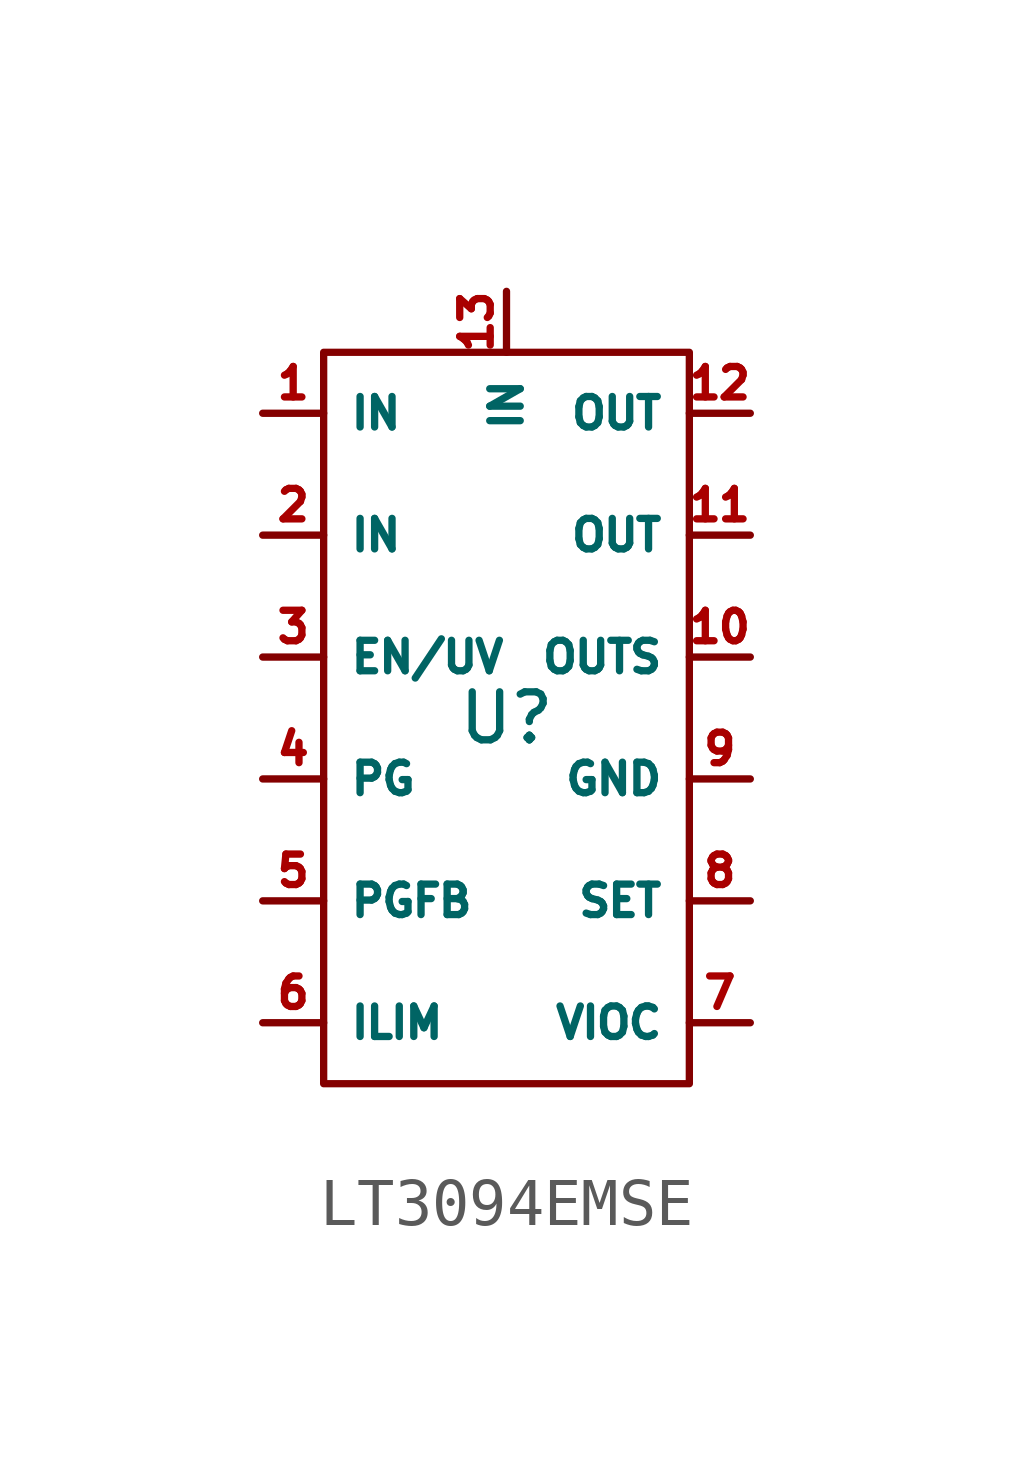
<source format=kicad_sym>
(kicad_symbol_lib
  (version 20241209)
  (generator "kicad_symbol_editor")
  (generator_version "9.0")
  (symbol "LT3094EMSE"
    (property "Reference" "U"
      (at 0 0 0)
      (effects (font (size 1 1))))
    (property "Value" ""
      (at 0 0 0)
      (effects (font (size 1.27 1.27))))
    (symbol "LT3094EMSE_0_1"
      (rectangle (start -3.81 7.62) (end 3.81 -7.62) (stroke (width 0) (type default)) (fill (type none))))
    (symbol "LT3094EMSE_1_1"
      (pin power_in line (at -5.08 6.35 0) (length 1.27) (name "IN" (effects (font (size 0.635 0.635)))) (number "1" (effects (font (size 0.635 0.635)))))
      (pin power_in line (at -5.08 3.81 0) (length 1.27) (name "IN" (effects (font (size 0.635 0.635)))) (number "2" (effects (font (size 0.635 0.635)))))
      (pin input line (at -5.08 1.27 0) (length 1.27) (name "EN/UV" (effects (font (size 0.635 0.635)))) (number "3" (effects (font (size 0.635 0.635)))))
      (pin output line (at -5.08 -1.27 0) (length 1.27) (name "PG" (effects (font (size 0.635 0.635)))) (number "4" (effects (font (size 0.635 0.635)))))
      (pin output line (at -5.08 -3.81 0) (length 1.27) (name "PGFB" (effects (font (size 0.635 0.635)))) (number "5" (effects (font (size 0.635 0.635)))))
      (pin input line (at -5.08 -6.35 0) (length 1.27) (name "ILIM" (effects (font (size 0.635 0.635)))) (number "6" (effects (font (size 0.635 0.635)))))
      (pin power_in line (at 0 8.89 270) (length 1.27) (name "IN" (effects (font (size 0.635 0.635)))) (number "13" (effects (font (size 0.635 0.635)))))
      (pin power_out line (at 5.08 6.35 180) (length 1.27) (name "OUT" (effects (font (size 0.635 0.635)))) (number "12" (effects (font (size 0.635 0.635)))))
      (pin power_out line (at 5.08 3.81 180) (length 1.27) (name "OUT" (effects (font (size 0.635 0.635)))) (number "11" (effects (font (size 0.635 0.635)))))
      (pin input line (at 5.08 1.27 180) (length 1.27) (name "OUTS" (effects (font (size 0.635 0.635)))) (number "10" (effects (font (size 0.635 0.635)))))
      (pin power_in line (at 5.08 -1.27 180) (length 1.27) (name "GND" (effects (font (size 0.635 0.635)))) (number "9" (effects (font (size 0.635 0.635)))))
      (pin input line (at 5.08 -3.81 180) (length 1.27) (name "SET" (effects (font (size 0.635 0.635)))) (number "8" (effects (font (size 0.635 0.635)))))
      (pin input line (at 5.08 -6.35 180) (length 1.27) (name "VIOC" (effects (font (size 0.635 0.635)))) (number "7" (effects (font (size 0.635 0.635))))))))
</source>
